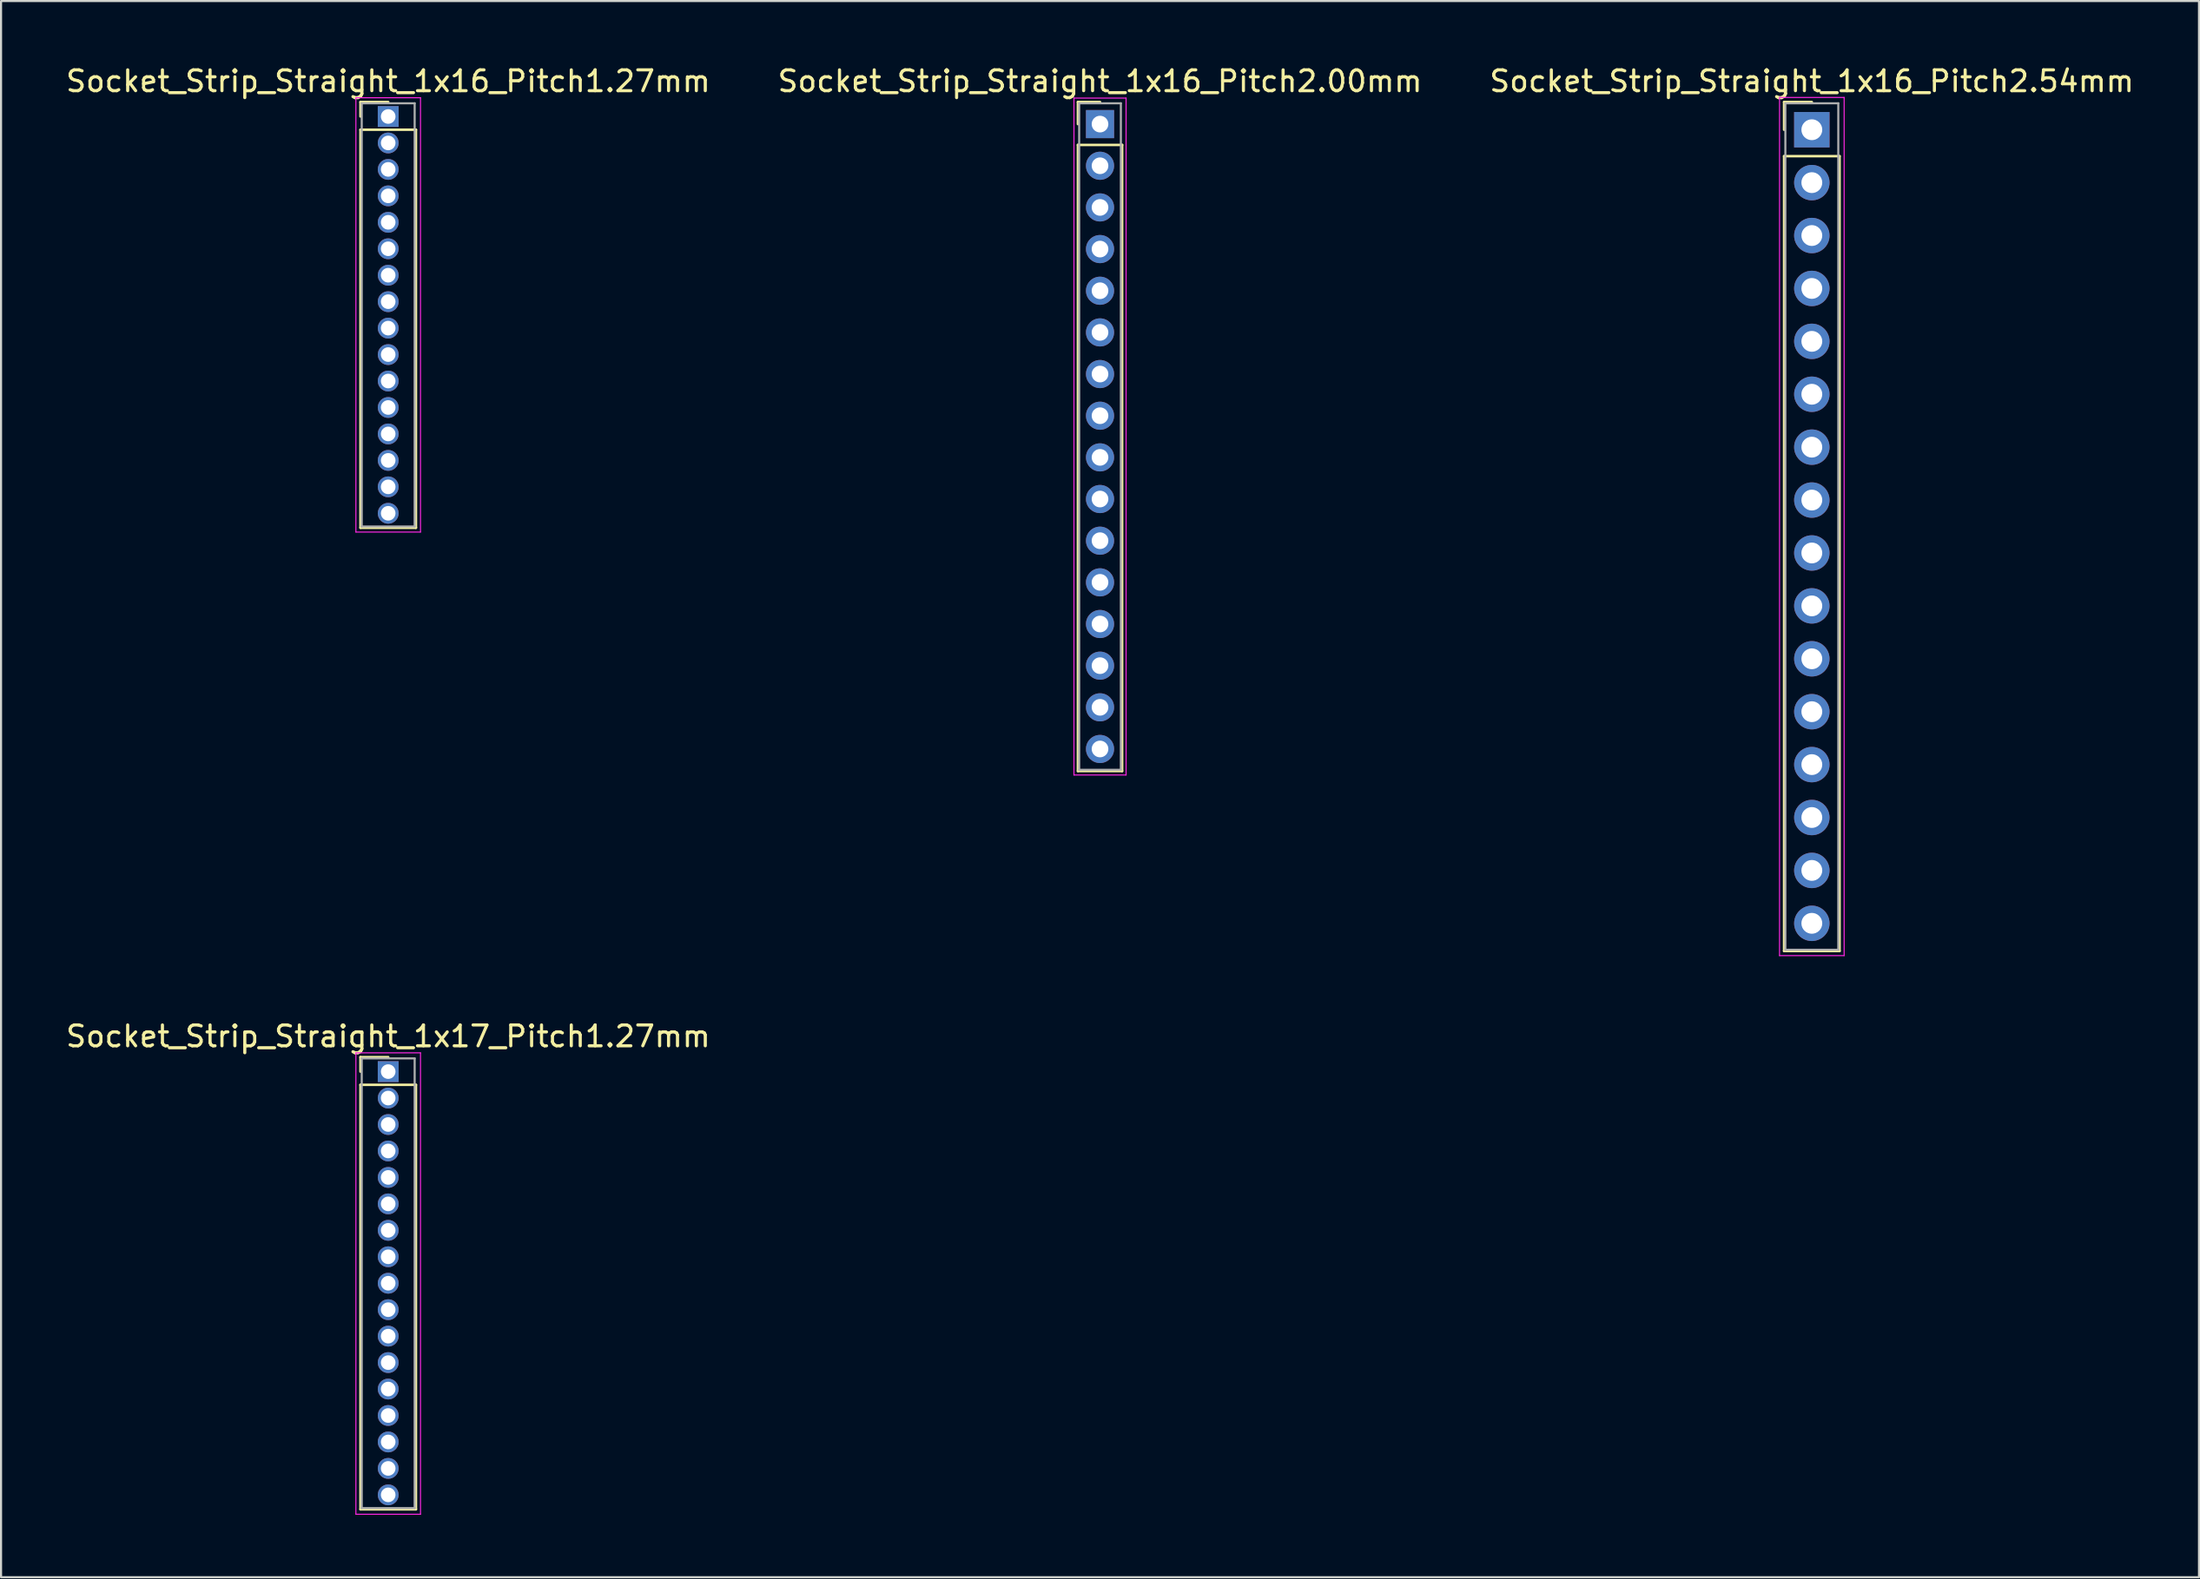
<source format=kicad_pcb>
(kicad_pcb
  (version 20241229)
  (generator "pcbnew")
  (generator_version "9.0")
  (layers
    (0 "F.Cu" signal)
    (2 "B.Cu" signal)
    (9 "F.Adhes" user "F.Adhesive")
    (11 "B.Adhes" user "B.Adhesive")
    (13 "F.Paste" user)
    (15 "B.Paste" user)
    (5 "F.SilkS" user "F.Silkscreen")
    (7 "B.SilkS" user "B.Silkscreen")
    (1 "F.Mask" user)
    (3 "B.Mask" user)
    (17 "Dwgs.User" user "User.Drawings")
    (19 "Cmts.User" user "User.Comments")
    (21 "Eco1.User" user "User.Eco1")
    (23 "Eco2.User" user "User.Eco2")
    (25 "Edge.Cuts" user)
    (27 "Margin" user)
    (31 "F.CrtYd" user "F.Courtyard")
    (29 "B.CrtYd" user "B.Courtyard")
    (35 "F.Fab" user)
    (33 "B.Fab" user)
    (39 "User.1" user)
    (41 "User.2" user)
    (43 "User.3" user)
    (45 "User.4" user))
  (footprint "Socket_Strip_Straight_1x16_Pitch2.54mm"
    (layer "F.Cu")
    (at 83.887 3.178)
    (property "Reference" "Socket_Strip_Straight_1x16_Pitch2.54mm" (at 0 -2.33 0) (layer "F.SilkS") (effects (font (size 1 1) (thickness 0.15))))
    (attr through_hole)
    (fp_line (start -1.33 -1.33) (end 0 -1.33) (stroke (width 0.12) (type solid)) (layer "F.SilkS"))
    (fp_line (start -1.33 0) (end -1.33 -1.33) (stroke (width 0.12) (type solid)) (layer "F.SilkS"))
    (fp_line (start -1.33 1.27) (end -1.33 39.43) (stroke (width 0.12) (type solid)) (layer "F.SilkS"))
    (fp_line (start -1.33 39.43) (end 1.33 39.43) (stroke (width 0.12) (type solid)) (layer "F.SilkS"))
    (fp_line (start 1.33 1.27) (end -1.33 1.27) (stroke (width 0.12) (type solid)) (layer "F.SilkS"))
    (fp_line (start 1.33 39.43) (end 1.33 1.27) (stroke (width 0.12) (type solid)) (layer "F.SilkS"))
    (fp_line (start -1.55 -1.55) (end -1.55 39.65) (stroke (width 0.05) (type solid)) (layer "F.CrtYd"))
    (fp_line (start -1.55 39.65) (end 1.55 39.65) (stroke (width 0.05) (type solid)) (layer "F.CrtYd"))
    (fp_line (start 1.55 -1.55) (end -1.55 -1.55) (stroke (width 0.05) (type solid)) (layer "F.CrtYd"))
    (fp_line (start 1.55 39.65) (end 1.55 -1.55) (stroke (width 0.05) (type solid)) (layer "F.CrtYd"))
    (fp_line (start -1.27 -1.27) (end -1.27 39.37) (stroke (width 0.1) (type solid)) (layer "F.Fab"))
    (fp_line (start -1.27 39.37) (end 1.27 39.37) (stroke (width 0.1) (type solid)) (layer "F.Fab"))
    (fp_line (start 1.27 -1.27) (end -1.27 -1.27) (stroke (width 0.1) (type solid)) (layer "F.Fab"))
    (fp_line (start 1.27 39.37) (end 1.27 -1.27) (stroke (width 0.1) (type solid)) (layer "F.Fab"))
    (pad "1" thru_hole rect (at 0 0) (size 1.7 1.7) (drill 1) (layers "*.Cu" "*.Mask"))
    (pad "2" thru_hole oval (at 0 2.54) (size 1.7 1.7) (drill 1) (layers "*.Cu" "*.Mask"))
    (pad "3" thru_hole oval (at 0 5.08) (size 1.7 1.7) (drill 1) (layers "*.Cu" "*.Mask"))
    (pad "4" thru_hole oval (at 0 7.62) (size 1.7 1.7) (drill 1) (layers "*.Cu" "*.Mask"))
    (pad "5" thru_hole oval (at 0 10.16) (size 1.7 1.7) (drill 1) (layers "*.Cu" "*.Mask"))
    (pad "6" thru_hole oval (at 0 12.7) (size 1.7 1.7) (drill 1) (layers "*.Cu" "*.Mask"))
    (pad "7" thru_hole oval (at 0 15.24) (size 1.7 1.7) (drill 1) (layers "*.Cu" "*.Mask"))
    (pad "8" thru_hole oval (at 0 17.78) (size 1.7 1.7) (drill 1) (layers "*.Cu" "*.Mask"))
    (pad "9" thru_hole oval (at 0 20.32) (size 1.7 1.7) (drill 1) (layers "*.Cu" "*.Mask"))
    (pad "10" thru_hole oval (at 0 22.86) (size 1.7 1.7) (drill 1) (layers "*.Cu" "*.Mask"))
    (pad "11" thru_hole oval (at 0 25.4) (size 1.7 1.7) (drill 1) (layers "*.Cu" "*.Mask"))
    (pad "12" thru_hole oval (at 0 27.94) (size 1.7 1.7) (drill 1) (layers "*.Cu" "*.Mask"))
    (pad "13" thru_hole oval (at 0 30.48) (size 1.7 1.7) (drill 1) (layers "*.Cu" "*.Mask"))
    (pad "14" thru_hole oval (at 0 33.02) (size 1.7 1.7) (drill 1) (layers "*.Cu" "*.Mask"))
    (pad "15" thru_hole oval (at 0 35.56) (size 1.7 1.7) (drill 1) (layers "*.Cu" "*.Mask"))
    (pad "16" thru_hole oval (at 0 38.1) (size 1.7 1.7) (drill 1) (layers "*.Cu" "*.Mask")))
  (footprint "Socket_Strip_Straight_1x17_Pitch1.27mm"
    (layer "F.Cu")
    (at 15.577 48.397)
    (property "Reference" "Socket_Strip_Straight_1x17_Pitch1.27mm" (at 0 -1.695 0) (layer "F.SilkS") (effects (font (size 1 1) (thickness 0.15))))
    (attr through_hole)
    (fp_line (start -1.33 -0.695) (end 0 -0.695) (stroke (width 0.12) (type solid)) (layer "F.SilkS"))
    (fp_line (start -1.33 0) (end -1.33 -0.695) (stroke (width 0.12) (type solid)) (layer "F.SilkS"))
    (fp_line (start -1.33 0.635) (end -1.33 21.015) (stroke (width 0.12) (type solid)) (layer "F.SilkS"))
    (fp_line (start -1.33 21.015) (end 1.33 21.015) (stroke (width 0.12) (type solid)) (layer "F.SilkS"))
    (fp_line (start 1.33 0.635) (end -1.33 0.635) (stroke (width 0.12) (type solid)) (layer "F.SilkS"))
    (fp_line (start 1.33 21.015) (end 1.33 0.635) (stroke (width 0.12) (type solid)) (layer "F.SilkS"))
    (fp_line (start -1.55 -0.9) (end -1.55 21.25) (stroke (width 0.05) (type solid)) (layer "F.CrtYd"))
    (fp_line (start -1.55 21.25) (end 1.55 21.25) (stroke (width 0.05) (type solid)) (layer "F.CrtYd"))
    (fp_line (start 1.55 -0.9) (end -1.55 -0.9) (stroke (width 0.05) (type solid)) (layer "F.CrtYd"))
    (fp_line (start 1.55 21.25) (end 1.55 -0.9) (stroke (width 0.05) (type solid)) (layer "F.CrtYd"))
    (fp_line (start -1.27 -0.635) (end -1.27 20.955) (stroke (width 0.1) (type solid)) (layer "F.Fab"))
    (fp_line (start -1.27 20.955) (end 1.27 20.955) (stroke (width 0.1) (type solid)) (layer "F.Fab"))
    (fp_line (start 1.27 -0.635) (end -1.27 -0.635) (stroke (width 0.1) (type solid)) (layer "F.Fab"))
    (fp_line (start 1.27 20.955) (end 1.27 -0.635) (stroke (width 0.1) (type solid)) (layer "F.Fab"))
    (pad "1" thru_hole rect (at 0 0) (size 1 1) (drill 0.7) (layers "*.Cu" "*.Mask"))
    (pad "2" thru_hole oval (at 0 1.27) (size 1 1) (drill 0.7) (layers "*.Cu" "*.Mask"))
    (pad "3" thru_hole oval (at 0 2.54) (size 1 1) (drill 0.7) (layers "*.Cu" "*.Mask"))
    (pad "4" thru_hole oval (at 0 3.81) (size 1 1) (drill 0.7) (layers "*.Cu" "*.Mask"))
    (pad "5" thru_hole oval (at 0 5.08) (size 1 1) (drill 0.7) (layers "*.Cu" "*.Mask"))
    (pad "6" thru_hole oval (at 0 6.35) (size 1 1) (drill 0.7) (layers "*.Cu" "*.Mask"))
    (pad "7" thru_hole oval (at 0 7.62) (size 1 1) (drill 0.7) (layers "*.Cu" "*.Mask"))
    (pad "8" thru_hole oval (at 0 8.89) (size 1 1) (drill 0.7) (layers "*.Cu" "*.Mask"))
    (pad "9" thru_hole oval (at 0 10.16) (size 1 1) (drill 0.7) (layers "*.Cu" "*.Mask"))
    (pad "10" thru_hole oval (at 0 11.43) (size 1 1) (drill 0.7) (layers "*.Cu" "*.Mask"))
    (pad "11" thru_hole oval (at 0 12.7) (size 1 1) (drill 0.7) (layers "*.Cu" "*.Mask"))
    (pad "12" thru_hole oval (at 0 13.97) (size 1 1) (drill 0.7) (layers "*.Cu" "*.Mask"))
    (pad "13" thru_hole oval (at 0 15.24) (size 1 1) (drill 0.7) (layers "*.Cu" "*.Mask"))
    (pad "14" thru_hole oval (at 0 16.51) (size 1 1) (drill 0.7) (layers "*.Cu" "*.Mask"))
    (pad "15" thru_hole oval (at 0 17.78) (size 1 1) (drill 0.7) (layers "*.Cu" "*.Mask"))
    (pad "16" thru_hole oval (at 0 19.05) (size 1 1) (drill 0.7) (layers "*.Cu" "*.Mask"))
    (pad "17" thru_hole oval (at 0 20.32) (size 1 1) (drill 0.7) (layers "*.Cu" "*.Mask")))
  (footprint "Socket_Strip_Straight_1x16_Pitch2.00mm"
    (layer "F.Cu")
    (at 49.732 2.908)
    (property "Reference" "Socket_Strip_Straight_1x16_Pitch2.00mm" (at 0 -2.06 0) (layer "F.SilkS") (effects (font (size 1 1) (thickness 0.15))))
    (attr through_hole)
    (fp_line (start -1.06 -1.06) (end 0 -1.06) (stroke (width 0.12) (type solid)) (layer "F.SilkS"))
    (fp_line (start -1.06 0) (end -1.06 -1.06) (stroke (width 0.12) (type solid)) (layer "F.SilkS"))
    (fp_line (start -1.06 1) (end -1.06 31.06) (stroke (width 0.12) (type solid)) (layer "F.SilkS"))
    (fp_line (start -1.06 31.06) (end 1.06 31.06) (stroke (width 0.12) (type solid)) (layer "F.SilkS"))
    (fp_line (start 1.06 1) (end -1.06 1) (stroke (width 0.12) (type solid)) (layer "F.SilkS"))
    (fp_line (start 1.06 31.06) (end 1.06 1) (stroke (width 0.12) (type solid)) (layer "F.SilkS"))
    (fp_line (start -1.25 -1.25) (end -1.25 31.25) (stroke (width 0.05) (type solid)) (layer "F.CrtYd"))
    (fp_line (start -1.25 31.25) (end 1.25 31.25) (stroke (width 0.05) (type solid)) (layer "F.CrtYd"))
    (fp_line (start 1.25 -1.25) (end -1.25 -1.25) (stroke (width 0.05) (type solid)) (layer "F.CrtYd"))
    (fp_line (start 1.25 31.25) (end 1.25 -1.25) (stroke (width 0.05) (type solid)) (layer "F.CrtYd"))
    (fp_line (start -1 -1) (end -1 31) (stroke (width 0.1) (type solid)) (layer "F.Fab"))
    (fp_line (start -1 31) (end 1 31) (stroke (width 0.1) (type solid)) (layer "F.Fab"))
    (fp_line (start 1 -1) (end -1 -1) (stroke (width 0.1) (type solid)) (layer "F.Fab"))
    (fp_line (start 1 31) (end 1 -1) (stroke (width 0.1) (type solid)) (layer "F.Fab"))
    (pad "1" thru_hole rect (at 0 0) (size 1.35 1.35) (drill 0.8) (layers "*.Cu" "*.Mask"))
    (pad "2" thru_hole oval (at 0 2) (size 1.35 1.35) (drill 0.8) (layers "*.Cu" "*.Mask"))
    (pad "3" thru_hole oval (at 0 4) (size 1.35 1.35) (drill 0.8) (layers "*.Cu" "*.Mask"))
    (pad "4" thru_hole oval (at 0 6) (size 1.35 1.35) (drill 0.8) (layers "*.Cu" "*.Mask"))
    (pad "5" thru_hole oval (at 0 8) (size 1.35 1.35) (drill 0.8) (layers "*.Cu" "*.Mask"))
    (pad "6" thru_hole oval (at 0 10) (size 1.35 1.35) (drill 0.8) (layers "*.Cu" "*.Mask"))
    (pad "7" thru_hole oval (at 0 12) (size 1.35 1.35) (drill 0.8) (layers "*.Cu" "*.Mask"))
    (pad "8" thru_hole oval (at 0 14) (size 1.35 1.35) (drill 0.8) (layers "*.Cu" "*.Mask"))
    (pad "9" thru_hole oval (at 0 16) (size 1.35 1.35) (drill 0.8) (layers "*.Cu" "*.Mask"))
    (pad "10" thru_hole oval (at 0 18) (size 1.35 1.35) (drill 0.8) (layers "*.Cu" "*.Mask"))
    (pad "11" thru_hole oval (at 0 20) (size 1.35 1.35) (drill 0.8) (layers "*.Cu" "*.Mask"))
    (pad "12" thru_hole oval (at 0 22) (size 1.35 1.35) (drill 0.8) (layers "*.Cu" "*.Mask"))
    (pad "13" thru_hole oval (at 0 24) (size 1.35 1.35) (drill 0.8) (layers "*.Cu" "*.Mask"))
    (pad "14" thru_hole oval (at 0 26) (size 1.35 1.35) (drill 0.8) (layers "*.Cu" "*.Mask"))
    (pad "15" thru_hole oval (at 0 28) (size 1.35 1.35) (drill 0.8) (layers "*.Cu" "*.Mask"))
    (pad "16" thru_hole oval (at 0 30) (size 1.35 1.35) (drill 0.8) (layers "*.Cu" "*.Mask")))
  (footprint "Socket_Strip_Straight_1x16_Pitch1.27mm"
    (layer "F.Cu")
    (at 15.577 2.543)
    (property "Reference" "Socket_Strip_Straight_1x16_Pitch1.27mm" (at 0 -1.695 0) (layer "F.SilkS") (effects (font (size 1 1) (thickness 0.15))))
    (attr through_hole)
    (fp_line (start -1.33 -0.695) (end 0 -0.695) (stroke (width 0.12) (type solid)) (layer "F.SilkS"))
    (fp_line (start -1.33 0) (end -1.33 -0.695) (stroke (width 0.12) (type solid)) (layer "F.SilkS"))
    (fp_line (start -1.33 0.635) (end -1.33 19.745) (stroke (width 0.12) (type solid)) (layer "F.SilkS"))
    (fp_line (start -1.33 19.745) (end 1.33 19.745) (stroke (width 0.12) (type solid)) (layer "F.SilkS"))
    (fp_line (start 1.33 0.635) (end -1.33 0.635) (stroke (width 0.12) (type solid)) (layer "F.SilkS"))
    (fp_line (start 1.33 19.745) (end 1.33 0.635) (stroke (width 0.12) (type solid)) (layer "F.SilkS"))
    (fp_line (start -1.55 -0.9) (end -1.55 19.95) (stroke (width 0.05) (type solid)) (layer "F.CrtYd"))
    (fp_line (start -1.55 19.95) (end 1.55 19.95) (stroke (width 0.05) (type solid)) (layer "F.CrtYd"))
    (fp_line (start 1.55 -0.9) (end -1.55 -0.9) (stroke (width 0.05) (type solid)) (layer "F.CrtYd"))
    (fp_line (start 1.55 19.95) (end 1.55 -0.9) (stroke (width 0.05) (type solid)) (layer "F.CrtYd"))
    (fp_line (start -1.27 -0.635) (end -1.27 19.685) (stroke (width 0.1) (type solid)) (layer "F.Fab"))
    (fp_line (start -1.27 19.685) (end 1.27 19.685) (stroke (width 0.1) (type solid)) (layer "F.Fab"))
    (fp_line (start 1.27 -0.635) (end -1.27 -0.635) (stroke (width 0.1) (type solid)) (layer "F.Fab"))
    (fp_line (start 1.27 19.685) (end 1.27 -0.635) (stroke (width 0.1) (type solid)) (layer "F.Fab"))
    (pad "1" thru_hole rect (at 0 0) (size 1 1) (drill 0.7) (layers "*.Cu" "*.Mask"))
    (pad "2" thru_hole oval (at 0 1.27) (size 1 1) (drill 0.7) (layers "*.Cu" "*.Mask"))
    (pad "3" thru_hole oval (at 0 2.54) (size 1 1) (drill 0.7) (layers "*.Cu" "*.Mask"))
    (pad "4" thru_hole oval (at 0 3.81) (size 1 1) (drill 0.7) (layers "*.Cu" "*.Mask"))
    (pad "5" thru_hole oval (at 0 5.08) (size 1 1) (drill 0.7) (layers "*.Cu" "*.Mask"))
    (pad "6" thru_hole oval (at 0 6.35) (size 1 1) (drill 0.7) (layers "*.Cu" "*.Mask"))
    (pad "7" thru_hole oval (at 0 7.62) (size 1 1) (drill 0.7) (layers "*.Cu" "*.Mask"))
    (pad "8" thru_hole oval (at 0 8.89) (size 1 1) (drill 0.7) (layers "*.Cu" "*.Mask"))
    (pad "9" thru_hole oval (at 0 10.16) (size 1 1) (drill 0.7) (layers "*.Cu" "*.Mask"))
    (pad "10" thru_hole oval (at 0 11.43) (size 1 1) (drill 0.7) (layers "*.Cu" "*.Mask"))
    (pad "11" thru_hole oval (at 0 12.7) (size 1 1) (drill 0.7) (layers "*.Cu" "*.Mask"))
    (pad "12" thru_hole oval (at 0 13.97) (size 1 1) (drill 0.7) (layers "*.Cu" "*.Mask"))
    (pad "13" thru_hole oval (at 0 15.24) (size 1 1) (drill 0.7) (layers "*.Cu" "*.Mask"))
    (pad "14" thru_hole oval (at 0 16.51) (size 1 1) (drill 0.7) (layers "*.Cu" "*.Mask"))
    (pad "15" thru_hole oval (at 0 17.78) (size 1 1) (drill 0.7) (layers "*.Cu" "*.Mask"))
    (pad "16" thru_hole oval (at 0 19.05) (size 1 1) (drill 0.7) (layers "*.Cu" "*.Mask")))
  (gr_rect
    (start -3 -3)
    (end 102.464 72.671)
    (stroke (width 0.1) (type default))
    (fill no)
    (layer "Edge.Cuts")))
</source>
